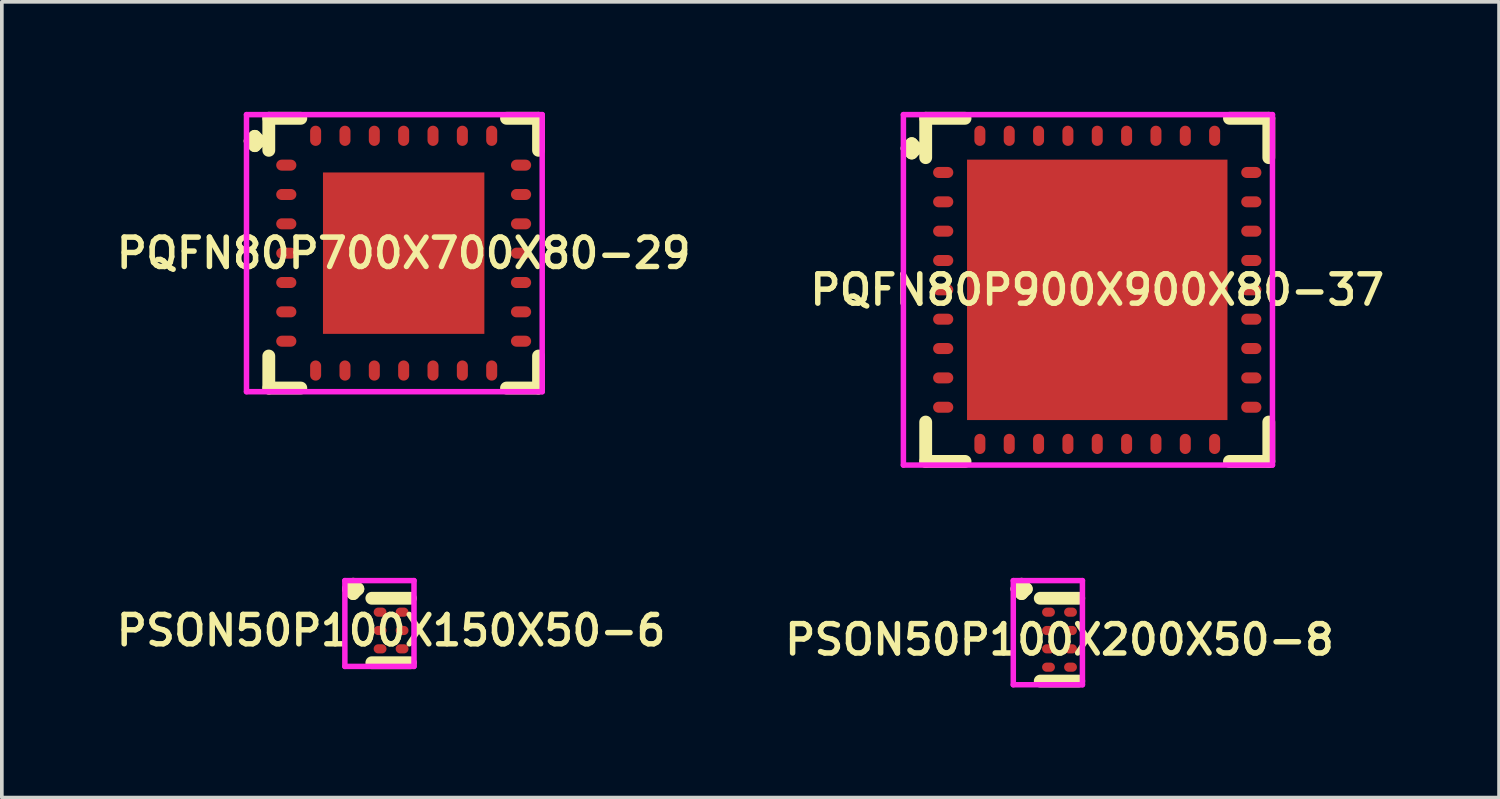
<source format=kicad_pcb>
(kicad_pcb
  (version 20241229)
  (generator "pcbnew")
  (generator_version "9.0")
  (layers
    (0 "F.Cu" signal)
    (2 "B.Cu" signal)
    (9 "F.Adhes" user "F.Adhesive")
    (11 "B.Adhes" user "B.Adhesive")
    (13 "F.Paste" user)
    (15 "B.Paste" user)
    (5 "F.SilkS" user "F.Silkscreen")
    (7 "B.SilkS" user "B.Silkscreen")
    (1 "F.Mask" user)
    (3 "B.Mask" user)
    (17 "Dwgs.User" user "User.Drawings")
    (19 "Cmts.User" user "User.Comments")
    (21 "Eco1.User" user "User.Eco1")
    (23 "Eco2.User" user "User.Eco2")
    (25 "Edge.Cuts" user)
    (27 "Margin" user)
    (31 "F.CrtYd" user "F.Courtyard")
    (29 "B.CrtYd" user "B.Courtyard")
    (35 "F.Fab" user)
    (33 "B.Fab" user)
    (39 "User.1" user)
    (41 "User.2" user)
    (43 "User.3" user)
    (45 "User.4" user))
  (footprint "PSON50P100X200X50-8"
    (layer "F.Cu")
    (at 25.835 14.389)
    (property "Reference" "PSON50P100X200X50-8" (at 0 0 0) (layer "F.SilkS") (effects (font (size 0.8 0.8) (thickness 0.15))))
    (attr smd)
    (fp_line (start -1.16 -1.383) (end -1.033 -1.51) (stroke (width 0.35) (type solid)) (layer "F.SilkS"))
    (fp_line (start -1.033 -1.51) (end -0.906 -1.383) (stroke (width 0.35) (type solid)) (layer "F.SilkS"))
    (fp_line (start -1.033 -1.256) (end -1.16 -1.383) (stroke (width 0.35) (type solid)) (layer "F.SilkS"))
    (fp_line (start -0.906 -1.383) (end -1.033 -1.256) (stroke (width 0.35) (type solid)) (layer "F.SilkS"))
    (fp_line (start -0.525 -1.129) (end 0.525 -1.129) (stroke (width 0.35) (type solid)) (layer "F.SilkS"))
    (fp_line (start -0.525 1.129) (end 0.525 1.129) (stroke (width 0.35) (type solid)) (layer "F.SilkS"))
    (fp_line (start -1.26 -1.61) (end 0.625 -1.61) (stroke (width 0.15) (type solid)) (layer "F.CrtYd"))
    (fp_line (start -1.26 1.229) (end -1.26 -1.61) (stroke (width 0.15) (type solid)) (layer "F.CrtYd"))
    (fp_line (start 0.625 -1.61) (end 0.625 1.229) (stroke (width 0.15) (type solid)) (layer "F.CrtYd"))
    (fp_line (start 0.625 1.229) (end -1.26 1.229) (stroke (width 0.15) (type solid)) (layer "F.CrtYd"))
    (pad "1" smd oval (at -0.3 -0.75) (size 0.35 0.25) (layers "F.Cu" "F.Mask" "F.Paste"))
    (pad "2" smd oval (at -0.3 -0.25) (size 0.35 0.25) (layers "F.Cu" "F.Mask" "F.Paste"))
    (pad "3" smd oval (at -0.3 0.25) (size 0.35 0.25) (layers "F.Cu" "F.Mask" "F.Paste"))
    (pad "4" smd oval (at -0.3 0.75) (size 0.35 0.25) (layers "F.Cu" "F.Mask" "F.Paste"))
    (pad "5" smd oval (at 0.3 0.75) (size 0.35 0.25) (layers "F.Cu" "F.Mask" "F.Paste"))
    (pad "6" smd oval (at 0.3 0.25) (size 0.35 0.25) (layers "F.Cu" "F.Mask" "F.Paste"))
    (pad "7" smd oval (at 0.3 -0.25) (size 0.35 0.25) (layers "F.Cu" "F.Mask" "F.Paste"))
    (pad "8" smd oval (at 0.3 -0.75) (size 0.35 0.25) (layers "F.Cu" "F.Mask" "F.Paste")))
  (footprint "PSON50P100X150X50-6"
    (layer "F.Cu")
    (at 7.612 14.139)
    (property "Reference" "PSON50P100X150X50-6" (at 0 0 0) (layer "F.SilkS") (effects (font (size 0.8 0.8) (thickness 0.15))))
    (attr smd)
    (fp_line (start -1.16 -1.133) (end -1.033 -1.26) (stroke (width 0.35) (type solid)) (layer "F.SilkS"))
    (fp_line (start -1.033 -1.26) (end -0.906 -1.133) (stroke (width 0.35) (type solid)) (layer "F.SilkS"))
    (fp_line (start -1.033 -1.006) (end -1.16 -1.133) (stroke (width 0.35) (type solid)) (layer "F.SilkS"))
    (fp_line (start -0.906 -1.133) (end -1.033 -1.006) (stroke (width 0.35) (type solid)) (layer "F.SilkS"))
    (fp_line (start -0.525 -0.879) (end 0.525 -0.879) (stroke (width 0.35) (type solid)) (layer "F.SilkS"))
    (fp_line (start -0.525 0.879) (end 0.525 0.879) (stroke (width 0.35) (type solid)) (layer "F.SilkS"))
    (fp_line (start -1.26 -1.36) (end 0.625 -1.36) (stroke (width 0.15) (type solid)) (layer "F.CrtYd"))
    (fp_line (start -1.26 0.979) (end -1.26 -1.36) (stroke (width 0.15) (type solid)) (layer "F.CrtYd"))
    (fp_line (start 0.625 -1.36) (end 0.625 0.979) (stroke (width 0.15) (type solid)) (layer "F.CrtYd"))
    (fp_line (start 0.625 0.979) (end -1.26 0.979) (stroke (width 0.15) (type solid)) (layer "F.CrtYd"))
    (pad "1" smd oval (at -0.3 -0.5) (size 0.35 0.25) (layers "F.Cu" "F.Mask" "F.Paste"))
    (pad "2" smd oval (at -0.3 0) (size 0.35 0.25) (layers "F.Cu" "F.Mask" "F.Paste"))
    (pad "3" smd oval (at -0.3 0.5) (size 0.35 0.25) (layers "F.Cu" "F.Mask" "F.Paste"))
    (pad "4" smd oval (at 0.3 0.5) (size 0.35 0.25) (layers "F.Cu" "F.Mask" "F.Paste"))
    (pad "5" smd oval (at 0.3 0) (size 0.35 0.25) (layers "F.Cu" "F.Mask" "F.Paste"))
    (pad "6" smd oval (at 0.3 -0.5) (size 0.35 0.25) (layers "F.Cu" "F.Mask" "F.Paste")))
  (footprint "PQFN80P700X700X80-29"
    (layer "F.Cu")
    (at 7.955 3.852)
    (property "Reference" "PQFN80P700X700X80-29" (at 0 0 0) (layer "F.SilkS") (effects (font (size 0.8 0.8) (thickness 0.15))))
    (attr smd)
    (fp_line (start -4.185 -3.058) (end -4.058 -3.185) (stroke (width 0.35) (type solid)) (layer "F.SilkS"))
    (fp_line (start -4.058 -3.185) (end -3.931 -3.058) (stroke (width 0.35) (type solid)) (layer "F.SilkS"))
    (fp_line (start -4.058 -2.931) (end -4.185 -3.058) (stroke (width 0.35) (type solid)) (layer "F.SilkS"))
    (fp_line (start -3.931 -3.058) (end -4.058 -2.931) (stroke (width 0.35) (type solid)) (layer "F.SilkS"))
    (fp_line (start -3.677 -3.677) (end -2.804 -3.677) (stroke (width 0.35) (type solid)) (layer "F.SilkS"))
    (fp_line (start -3.677 -2.804) (end -3.677 -3.677) (stroke (width 0.35) (type solid)) (layer "F.SilkS"))
    (fp_line (start -3.677 2.804) (end -3.677 3.677) (stroke (width 0.35) (type solid)) (layer "F.SilkS"))
    (fp_line (start -3.677 3.677) (end -2.804 3.677) (stroke (width 0.35) (type solid)) (layer "F.SilkS"))
    (fp_line (start 2.804 -3.677) (end 3.677 -3.677) (stroke (width 0.35) (type solid)) (layer "F.SilkS"))
    (fp_line (start 2.804 3.677) (end 3.677 3.677) (stroke (width 0.35) (type solid)) (layer "F.SilkS"))
    (fp_line (start 3.677 -3.677) (end 3.677 -2.804) (stroke (width 0.35) (type solid)) (layer "F.SilkS"))
    (fp_line (start 3.677 3.677) (end 3.677 2.804) (stroke (width 0.35) (type solid)) (layer "F.SilkS"))
    (fp_line (start -4.285 -3.777) (end 3.777 -3.777) (stroke (width 0.15) (type solid)) (layer "F.CrtYd"))
    (fp_line (start -4.285 3.777) (end -4.285 -3.777) (stroke (width 0.15) (type solid)) (layer "F.CrtYd"))
    (fp_line (start 3.777 -3.777) (end 3.777 3.777) (stroke (width 0.15) (type solid)) (layer "F.CrtYd"))
    (fp_line (start 3.777 3.777) (end -4.285 3.777) (stroke (width 0.15) (type solid)) (layer "F.CrtYd"))
    (pad "1" smd oval (at -3.2 -2.4) (size 0.55 0.3) (layers "F.Cu" "F.Mask" "F.Paste"))
    (pad "2" smd oval (at -3.2 -1.6) (size 0.55 0.3) (layers "F.Cu" "F.Mask" "F.Paste"))
    (pad "3" smd oval (at -3.2 -0.8) (size 0.55 0.3) (layers "F.Cu" "F.Mask" "F.Paste"))
    (pad "4" smd oval (at -3.2 0) (size 0.55 0.3) (layers "F.Cu" "F.Mask" "F.Paste"))
    (pad "5" smd oval (at -3.2 0.8) (size 0.55 0.3) (layers "F.Cu" "F.Mask" "F.Paste"))
    (pad "6" smd oval (at -3.2 1.6) (size 0.55 0.3) (layers "F.Cu" "F.Mask" "F.Paste"))
    (pad "7" smd oval (at -3.2 2.4) (size 0.55 0.3) (layers "F.Cu" "F.Mask" "F.Paste"))
    (pad "8" smd oval (at -2.4 3.2) (size 0.3 0.55) (layers "F.Cu" "F.Mask" "F.Paste"))
    (pad "9" smd oval (at -1.6 3.2) (size 0.3 0.55) (layers "F.Cu" "F.Mask" "F.Paste"))
    (pad "10" smd oval (at -0.8 3.2) (size 0.3 0.55) (layers "F.Cu" "F.Mask" "F.Paste"))
    (pad "11" smd oval (at 0 3.2) (size 0.3 0.55) (layers "F.Cu" "F.Mask" "F.Paste"))
    (pad "12" smd oval (at 0.8 3.2) (size 0.3 0.55) (layers "F.Cu" "F.Mask" "F.Paste"))
    (pad "13" smd oval (at 1.6 3.2) (size 0.3 0.55) (layers "F.Cu" "F.Mask" "F.Paste"))
    (pad "14" smd oval (at 2.4 3.2) (size 0.3 0.55) (layers "F.Cu" "F.Mask" "F.Paste"))
    (pad "15" smd oval (at 3.2 2.4) (size 0.55 0.3) (layers "F.Cu" "F.Mask" "F.Paste"))
    (pad "16" smd oval (at 3.2 1.6) (size 0.55 0.3) (layers "F.Cu" "F.Mask" "F.Paste"))
    (pad "17" smd oval (at 3.2 0.8) (size 0.55 0.3) (layers "F.Cu" "F.Mask" "F.Paste"))
    (pad "18" smd oval (at 3.2 0) (size 0.55 0.3) (layers "F.Cu" "F.Mask" "F.Paste"))
    (pad "19" smd oval (at 3.2 -0.8) (size 0.55 0.3) (layers "F.Cu" "F.Mask" "F.Paste"))
    (pad "20" smd oval (at 3.2 -1.6) (size 0.55 0.3) (layers "F.Cu" "F.Mask" "F.Paste"))
    (pad "21" smd oval (at 3.2 -2.4) (size 0.55 0.3) (layers "F.Cu" "F.Mask" "F.Paste"))
    (pad "22" smd oval (at 2.4 -3.2) (size 0.3 0.55) (layers "F.Cu" "F.Mask" "F.Paste"))
    (pad "23" smd oval (at 1.6 -3.2) (size 0.3 0.55) (layers "F.Cu" "F.Mask" "F.Paste"))
    (pad "24" smd oval (at 0.8 -3.2) (size 0.3 0.55) (layers "F.Cu" "F.Mask" "F.Paste"))
    (pad "25" smd oval (at 0 -3.2) (size 0.3 0.55) (layers "F.Cu" "F.Mask" "F.Paste"))
    (pad "26" smd oval (at -0.8 -3.2) (size 0.3 0.55) (layers "F.Cu" "F.Mask" "F.Paste"))
    (pad "27" smd oval (at -1.6 -3.2) (size 0.3 0.55) (layers "F.Cu" "F.Mask" "F.Paste"))
    (pad "28" smd oval (at -2.4 -3.2) (size 0.3 0.55) (layers "F.Cu" "F.Mask" "F.Paste"))
    (pad "29" smd rect (at 0 0) (size 4.4 4.4) (layers "F.Cu" "F.Mask" "F.Paste")))
  (footprint "PQFN80P900X900X80-37"
    (layer "F.Cu")
    (at 26.864 4.852)
    (property "Reference" "PQFN80P900X900X80-37" (at 0 0 0) (layer "F.SilkS") (effects (font (size 0.8 0.8) (thickness 0.15))))
    (attr smd)
    (fp_line (start -5.185 -3.858) (end -5.058 -3.985) (stroke (width 0.35) (type solid)) (layer "F.SilkS"))
    (fp_line (start -5.058 -3.985) (end -4.931 -3.858) (stroke (width 0.35) (type solid)) (layer "F.SilkS"))
    (fp_line (start -5.058 -3.731) (end -5.185 -3.858) (stroke (width 0.35) (type solid)) (layer "F.SilkS"))
    (fp_line (start -4.931 -3.858) (end -5.058 -3.731) (stroke (width 0.35) (type solid)) (layer "F.SilkS"))
    (fp_line (start -4.677 -4.677) (end -3.604 -4.677) (stroke (width 0.35) (type solid)) (layer "F.SilkS"))
    (fp_line (start -4.677 -3.604) (end -4.677 -4.677) (stroke (width 0.35) (type solid)) (layer "F.SilkS"))
    (fp_line (start -4.677 3.604) (end -4.677 4.677) (stroke (width 0.35) (type solid)) (layer "F.SilkS"))
    (fp_line (start -4.677 4.677) (end -3.604 4.677) (stroke (width 0.35) (type solid)) (layer "F.SilkS"))
    (fp_line (start 3.604 -4.677) (end 4.677 -4.677) (stroke (width 0.35) (type solid)) (layer "F.SilkS"))
    (fp_line (start 3.604 4.677) (end 4.677 4.677) (stroke (width 0.35) (type solid)) (layer "F.SilkS"))
    (fp_line (start 4.677 -4.677) (end 4.677 -3.604) (stroke (width 0.35) (type solid)) (layer "F.SilkS"))
    (fp_line (start 4.677 4.677) (end 4.677 3.604) (stroke (width 0.35) (type solid)) (layer "F.SilkS"))
    (fp_line (start -5.285 -4.777) (end 4.777 -4.777) (stroke (width 0.15) (type solid)) (layer "F.CrtYd"))
    (fp_line (start -5.285 4.777) (end -5.285 -4.777) (stroke (width 0.15) (type solid)) (layer "F.CrtYd"))
    (fp_line (start 4.777 -4.777) (end 4.777 4.777) (stroke (width 0.15) (type solid)) (layer "F.CrtYd"))
    (fp_line (start 4.777 4.777) (end -5.285 4.777) (stroke (width 0.15) (type solid)) (layer "F.CrtYd"))
    (pad "1" smd oval (at -4.2 -3.2) (size 0.55 0.3) (layers "F.Cu" "F.Mask" "F.Paste"))
    (pad "2" smd oval (at -4.2 -2.4) (size 0.55 0.3) (layers "F.Cu" "F.Mask" "F.Paste"))
    (pad "3" smd oval (at -4.2 -1.6) (size 0.55 0.3) (layers "F.Cu" "F.Mask" "F.Paste"))
    (pad "4" smd oval (at -4.2 -0.8) (size 0.55 0.3) (layers "F.Cu" "F.Mask" "F.Paste"))
    (pad "5" smd oval (at -4.2 0) (size 0.55 0.3) (layers "F.Cu" "F.Mask" "F.Paste"))
    (pad "6" smd oval (at -4.2 0.8) (size 0.55 0.3) (layers "F.Cu" "F.Mask" "F.Paste"))
    (pad "7" smd oval (at -4.2 1.6) (size 0.55 0.3) (layers "F.Cu" "F.Mask" "F.Paste"))
    (pad "8" smd oval (at -4.2 2.4) (size 0.55 0.3) (layers "F.Cu" "F.Mask" "F.Paste"))
    (pad "9" smd oval (at -4.2 3.2) (size 0.55 0.3) (layers "F.Cu" "F.Mask" "F.Paste"))
    (pad "10" smd oval (at -3.2 4.2) (size 0.3 0.55) (layers "F.Cu" "F.Mask" "F.Paste"))
    (pad "11" smd oval (at -2.4 4.2) (size 0.3 0.55) (layers "F.Cu" "F.Mask" "F.Paste"))
    (pad "12" smd oval (at -1.6 4.2) (size 0.3 0.55) (layers "F.Cu" "F.Mask" "F.Paste"))
    (pad "13" smd oval (at -0.8 4.2) (size 0.3 0.55) (layers "F.Cu" "F.Mask" "F.Paste"))
    (pad "14" smd oval (at 0 4.2) (size 0.3 0.55) (layers "F.Cu" "F.Mask" "F.Paste"))
    (pad "15" smd oval (at 0.8 4.2) (size 0.3 0.55) (layers "F.Cu" "F.Mask" "F.Paste"))
    (pad "16" smd oval (at 1.6 4.2) (size 0.3 0.55) (layers "F.Cu" "F.Mask" "F.Paste"))
    (pad "17" smd oval (at 2.4 4.2) (size 0.3 0.55) (layers "F.Cu" "F.Mask" "F.Paste"))
    (pad "18" smd oval (at 3.2 4.2) (size 0.3 0.55) (layers "F.Cu" "F.Mask" "F.Paste"))
    (pad "19" smd oval (at 4.2 3.2) (size 0.55 0.3) (layers "F.Cu" "F.Mask" "F.Paste"))
    (pad "20" smd oval (at 4.2 2.4) (size 0.55 0.3) (layers "F.Cu" "F.Mask" "F.Paste"))
    (pad "21" smd oval (at 4.2 1.6) (size 0.55 0.3) (layers "F.Cu" "F.Mask" "F.Paste"))
    (pad "22" smd oval (at 4.2 0.8) (size 0.55 0.3) (layers "F.Cu" "F.Mask" "F.Paste"))
    (pad "23" smd oval (at 4.2 0) (size 0.55 0.3) (layers "F.Cu" "F.Mask" "F.Paste"))
    (pad "24" smd oval (at 4.2 -0.8) (size 0.55 0.3) (layers "F.Cu" "F.Mask" "F.Paste"))
    (pad "25" smd oval (at 4.2 -1.6) (size 0.55 0.3) (layers "F.Cu" "F.Mask" "F.Paste"))
    (pad "26" smd oval (at 4.2 -2.4) (size 0.55 0.3) (layers "F.Cu" "F.Mask" "F.Paste"))
    (pad "27" smd oval (at 4.2 -3.2) (size 0.55 0.3) (layers "F.Cu" "F.Mask" "F.Paste"))
    (pad "28" smd oval (at 3.2 -4.2) (size 0.3 0.55) (layers "F.Cu" "F.Mask" "F.Paste"))
    (pad "29" smd oval (at 2.4 -4.2) (size 0.3 0.55) (layers "F.Cu" "F.Mask" "F.Paste"))
    (pad "30" smd oval (at 1.6 -4.2) (size 0.3 0.55) (layers "F.Cu" "F.Mask" "F.Paste"))
    (pad "31" smd oval (at 0.8 -4.2) (size 0.3 0.55) (layers "F.Cu" "F.Mask" "F.Paste"))
    (pad "32" smd oval (at 0 -4.2) (size 0.3 0.55) (layers "F.Cu" "F.Mask" "F.Paste"))
    (pad "33" smd oval (at -0.8 -4.2) (size 0.3 0.55) (layers "F.Cu" "F.Mask" "F.Paste"))
    (pad "34" smd oval (at -1.6 -4.2) (size 0.3 0.55) (layers "F.Cu" "F.Mask" "F.Paste"))
    (pad "35" smd oval (at -2.4 -4.2) (size 0.3 0.55) (layers "F.Cu" "F.Mask" "F.Paste"))
    (pad "36" smd oval (at -3.2 -4.2) (size 0.3 0.55) (layers "F.Cu" "F.Mask" "F.Paste"))
    (pad "37" smd rect (at 0 0) (size 7.1 7.1) (layers "F.Cu" "F.Mask" "F.Paste")))
  (gr_rect
    (start -3 -3)
    (end 37.818 18.693)
    (stroke (width 0.1) (type default))
    (fill no)
    (layer "Edge.Cuts")))
</source>
